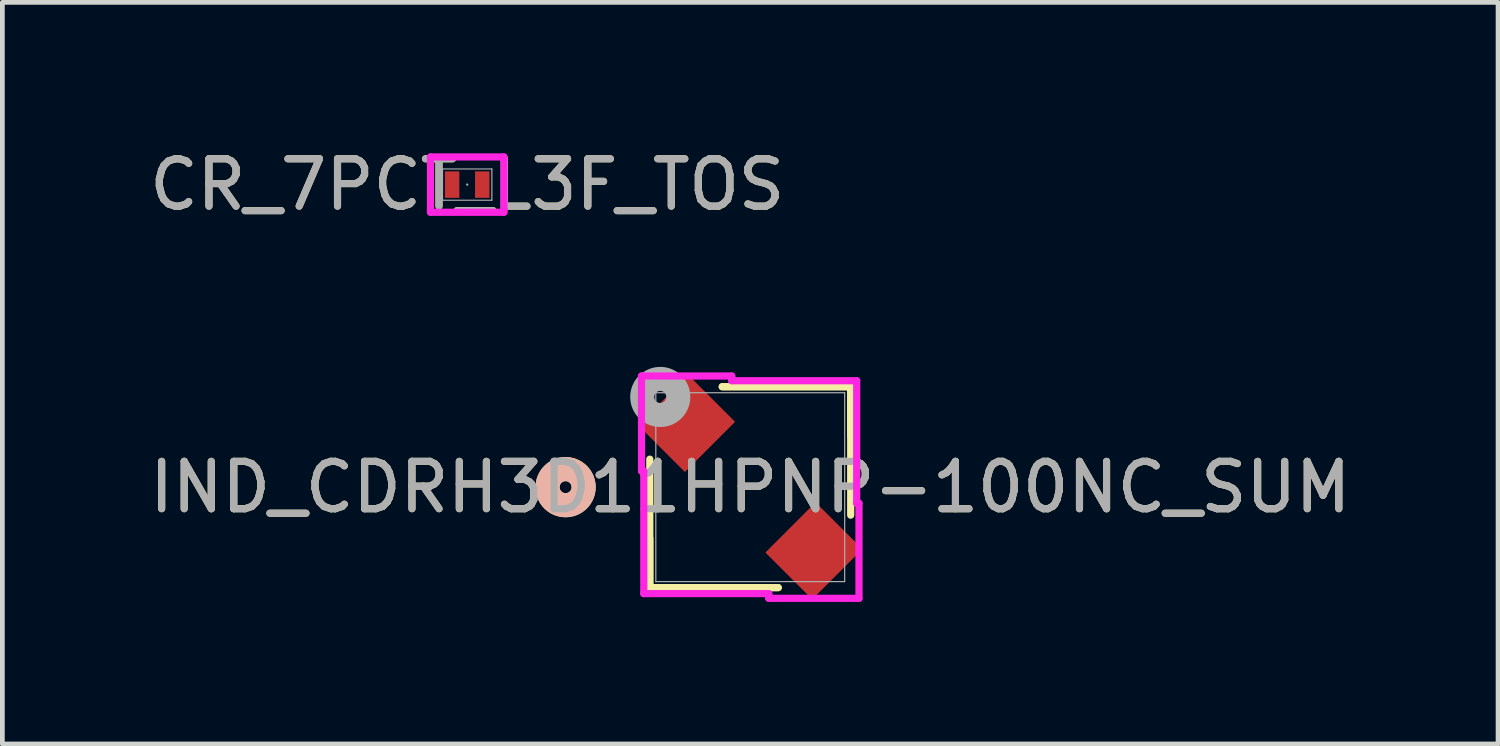
<source format=kicad_pcb>
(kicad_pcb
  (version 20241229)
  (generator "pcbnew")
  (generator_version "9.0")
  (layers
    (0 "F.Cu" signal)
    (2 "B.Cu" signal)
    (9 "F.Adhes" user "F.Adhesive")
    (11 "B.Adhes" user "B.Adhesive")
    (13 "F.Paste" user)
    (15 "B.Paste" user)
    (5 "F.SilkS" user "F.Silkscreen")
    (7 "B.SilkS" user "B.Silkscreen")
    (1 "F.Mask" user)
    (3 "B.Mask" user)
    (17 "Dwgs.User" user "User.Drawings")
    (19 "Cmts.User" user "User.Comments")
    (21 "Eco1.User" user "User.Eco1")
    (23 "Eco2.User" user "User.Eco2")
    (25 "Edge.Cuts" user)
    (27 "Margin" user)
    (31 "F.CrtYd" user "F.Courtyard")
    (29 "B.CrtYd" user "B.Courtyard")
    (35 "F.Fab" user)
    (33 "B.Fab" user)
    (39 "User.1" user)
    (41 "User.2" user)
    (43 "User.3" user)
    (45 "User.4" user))
  (footprint "IND_CDRH3D11HPNP-100NC_SUM"
    (layer "F.Cu")
    (at 12.792 7.237)
    (property "Reference" "IND_CDRH3D11HPNP-100NC_SUM" (at 0 0 0) (unlocked yes) (layer "F.SilkS") (effects (font (size 1 1) (thickness 0.15))))
    (attr smd)
    (fp_line (start -2.121 1.082) (end -2.121 2.121) (stroke (width 0.152) (type solid)) (layer "F.SilkS"))
    (fp_line (start -2.121 2.121) (end -2.121 -0.591) (stroke (width 0.152) (type solid)) (layer "F.SilkS"))
    (fp_line (start -2.121 2.121) (end 0.591 2.121) (stroke (width 0.152) (type solid)) (layer "F.SilkS"))
    (fp_line (start -0.591 -2.121) (end 2.121 -2.121) (stroke (width 0.152) (type solid)) (layer "F.SilkS"))
    (fp_line (start 0.591 2.121) (end -2.121 2.121) (stroke (width 0.152) (type solid)) (layer "F.SilkS"))
    (fp_line (start 2.121 -2.121) (end -0.591 -2.121) (stroke (width 0.152) (type solid)) (layer "F.SilkS"))
    (fp_line (start 2.121 -2.121) (end 2.121 0.591) (stroke (width 0.152) (type solid)) (layer "F.SilkS"))
    (fp_line (start 2.121 -1.082) (end 2.121 -2.121) (stroke (width 0.152) (type solid)) (layer "F.SilkS"))
    (fp_circle (center -3.899 0) (end -3.518 0) (stroke (width 0.508) (type solid)) (fill no) (layer "F.SilkS"))
    (fp_circle (center -3.899 0) (end -3.518 0) (stroke (width 0.508) (type solid)) (fill no) (layer "B.SilkS"))
    (fp_line (start -2.296 -2.347) (end -2.296 -0.34) (stroke (width 0.152) (type solid)) (layer "F.CrtYd"))
    (fp_line (start -2.296 -0.34) (end -2.248 -0.34) (stroke (width 0.152) (type solid)) (layer "F.CrtYd"))
    (fp_line (start -2.248 -0.34) (end -2.248 2.248) (stroke (width 0.152) (type solid)) (layer "F.CrtYd"))
    (fp_line (start -2.248 2.248) (end 0.391 2.248) (stroke (width 0.152) (type solid)) (layer "F.CrtYd"))
    (fp_line (start -0.391 -2.347) (end -2.296 -2.347) (stroke (width 0.152) (type solid)) (layer "F.CrtYd"))
    (fp_line (start -0.391 -2.248) (end -0.391 -2.347) (stroke (width 0.152) (type solid)) (layer "F.CrtYd"))
    (fp_line (start 0.391 2.248) (end 0.391 2.347) (stroke (width 0.152) (type solid)) (layer "F.CrtYd"))
    (fp_line (start 0.391 2.347) (end 2.296 2.347) (stroke (width 0.152) (type solid)) (layer "F.CrtYd"))
    (fp_line (start 2.248 -2.248) (end -0.391 -2.248) (stroke (width 0.152) (type solid)) (layer "F.CrtYd"))
    (fp_line (start 2.248 0.34) (end 2.248 -2.248) (stroke (width 0.152) (type solid)) (layer "F.CrtYd"))
    (fp_line (start 2.296 0.34) (end 2.248 0.34) (stroke (width 0.152) (type solid)) (layer "F.CrtYd"))
    (fp_line (start 2.296 2.347) (end 2.296 0.34) (stroke (width 0.152) (type solid)) (layer "F.CrtYd"))
    (fp_line (start -1.994 -1.994) (end -1.994 1.994) (stroke (width 0.025) (type solid)) (layer "F.Fab"))
    (fp_line (start -1.994 1.994) (end 1.994 1.994) (stroke (width 0.025) (type solid)) (layer "F.Fab"))
    (fp_line (start 1.994 -1.994) (end -1.994 -1.994) (stroke (width 0.025) (type solid)) (layer "F.Fab"))
    (fp_line (start 1.994 1.994) (end 1.994 -1.994) (stroke (width 0.025) (type solid)) (layer "F.Fab"))
    (fp_circle (center -1.9 -1.905) (end -1.519 -1.905) (stroke (width 0.508) (type solid)) (fill no) (layer "F.Fab"))
    (fp_text user "${REFERENCE}" (at 0 0 0) (unlocked yes) (layer "F.Fab") (effects (font (size 1 1) (thickness 0.15))))
    (pad "1" smd rect (at -1.344 -1.344 315) (size 1.397 1.499) (layers "F.Cu" "F.Mask" "F.Paste"))
    (pad "2" smd rect (at 1.344 1.344 315) (size 1.397 1.499) (layers "F.Cu" "F.Mask" "F.Paste")))
  (footprint "CR_7PCT_L3F_TOS"
    (layer "F.Cu")
    (at 6.815 0.848)
    (property "Reference" "CR_7PCT_L3F_TOS" (at 0 0 0) (unlocked yes) (layer "F.SilkS") (effects (font (size 1 1) (thickness 0.15))))
    (attr smd)
    (fp_line (start -0.775 -0.584) (end 0.775 -0.584) (stroke (width 0.152) (type solid)) (layer "F.CrtYd"))
    (fp_line (start -0.775 -0.533) (end -0.775 -0.584) (stroke (width 0.152) (type solid)) (layer "F.CrtYd"))
    (fp_line (start -0.775 -0.533) (end -0.775 -0.533) (stroke (width 0.152) (type solid)) (layer "F.CrtYd"))
    (fp_line (start -0.775 0.533) (end -0.775 -0.533) (stroke (width 0.152) (type solid)) (layer "F.CrtYd"))
    (fp_line (start -0.775 0.533) (end -0.775 0.533) (stroke (width 0.152) (type solid)) (layer "F.CrtYd"))
    (fp_line (start -0.775 0.584) (end -0.775 0.533) (stroke (width 0.152) (type solid)) (layer "F.CrtYd"))
    (fp_line (start 0.775 -0.584) (end 0.775 -0.533) (stroke (width 0.152) (type solid)) (layer "F.CrtYd"))
    (fp_line (start 0.775 -0.533) (end 0.775 -0.533) (stroke (width 0.152) (type solid)) (layer "F.CrtYd"))
    (fp_line (start 0.775 -0.533) (end 0.775 0.533) (stroke (width 0.152) (type solid)) (layer "F.CrtYd"))
    (fp_line (start 0.775 0.533) (end 0.775 0.533) (stroke (width 0.152) (type solid)) (layer "F.CrtYd"))
    (fp_line (start 0.775 0.533) (end 0.775 0.584) (stroke (width 0.152) (type solid)) (layer "F.CrtYd"))
    (fp_line (start 0.775 0.584) (end -0.775 0.584) (stroke (width 0.152) (type solid)) (layer "F.CrtYd"))
    (fp_line (start -0.521 -0.33) (end -0.521 0.33) (stroke (width 0.025) (type solid)) (layer "F.Fab"))
    (fp_line (start -0.521 0.33) (end 0.521 0.33) (stroke (width 0.025) (type solid)) (layer "F.Fab"))
    (fp_line (start 0.521 -0.33) (end -0.521 -0.33) (stroke (width 0.025) (type solid)) (layer "F.Fab"))
    (fp_line (start 0.521 0.33) (end 0.521 -0.33) (stroke (width 0.025) (type solid)) (layer "F.Fab"))
    (fp_circle (center 0 0) (end 0 0) (stroke (width 0.025) (type solid)) (fill no) (layer "F.Fab"))
    (fp_text user "${REFERENCE}" (at 0 0 0) (unlocked yes) (layer "F.Fab") (effects (font (size 1 1) (thickness 0.15))))
    (pad "1" smd rect (at -0.318 0) (size 0.305 0.559) (layers "F.Cu" "F.Mask" "F.Paste"))
    (pad "2" smd rect (at 0.318 0) (size 0.305 0.559) (layers "F.Cu" "F.Mask" "F.Paste")))
  (gr_rect
    (start -3 -3)
    (end 28.583 12.66)
    (stroke (width 0.1) (type default))
    (fill no)
    (layer "Edge.Cuts")))
</source>
